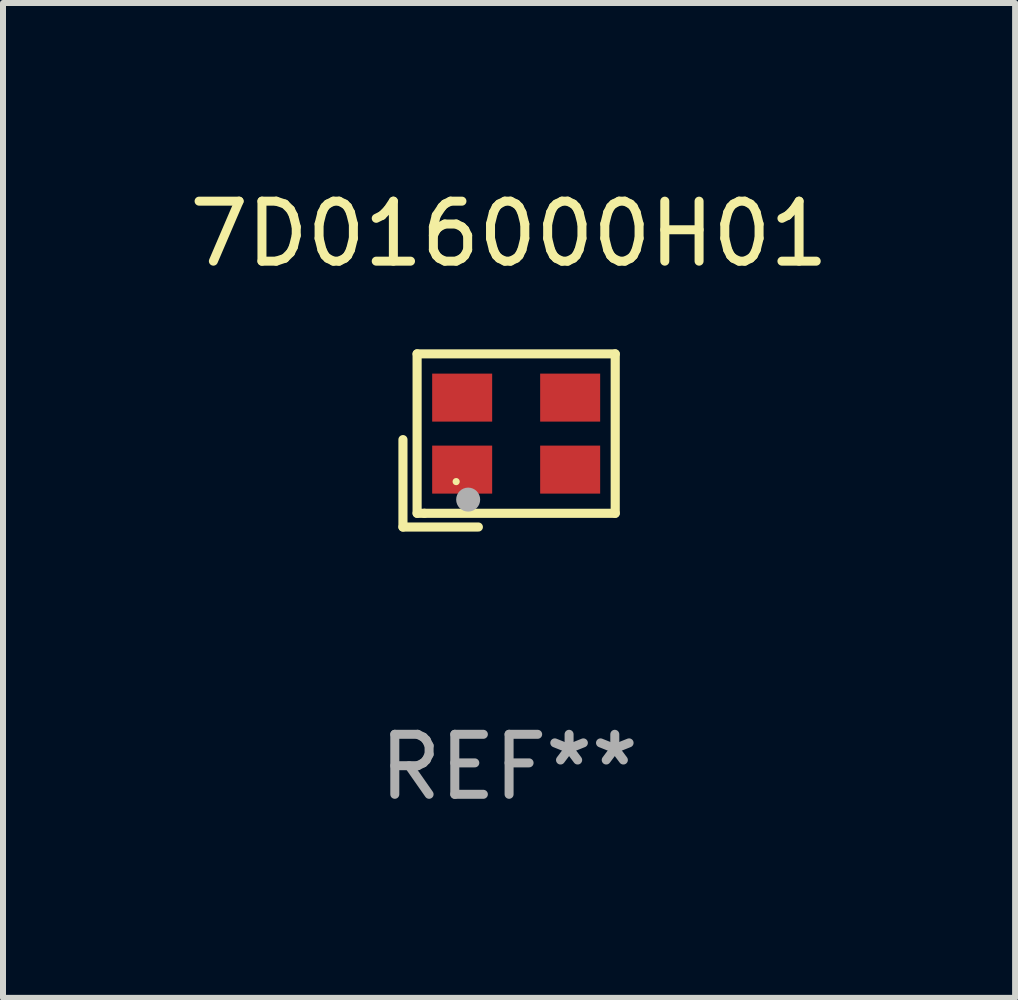
<source format=kicad_pcb>
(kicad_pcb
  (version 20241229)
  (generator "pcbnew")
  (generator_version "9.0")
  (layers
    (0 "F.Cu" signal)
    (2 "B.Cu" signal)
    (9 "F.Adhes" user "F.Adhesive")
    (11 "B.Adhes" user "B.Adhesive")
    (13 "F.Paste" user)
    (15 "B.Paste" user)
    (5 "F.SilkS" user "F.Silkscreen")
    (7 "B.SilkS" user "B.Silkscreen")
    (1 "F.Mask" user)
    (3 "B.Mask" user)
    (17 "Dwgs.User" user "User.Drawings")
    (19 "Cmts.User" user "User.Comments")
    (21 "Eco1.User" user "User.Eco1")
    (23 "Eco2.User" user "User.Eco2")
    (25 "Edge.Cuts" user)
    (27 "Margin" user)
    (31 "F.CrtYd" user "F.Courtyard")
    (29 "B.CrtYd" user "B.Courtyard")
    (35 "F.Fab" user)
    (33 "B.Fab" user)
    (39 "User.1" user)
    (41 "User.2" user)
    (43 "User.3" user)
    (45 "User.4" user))
  (footprint "7D016000H01"
    (layer "F.Cu")
    (at 5.435 4.291)
    (property "Reference" "7D016000H01" (at 0 -3.443 0) (layer "F.SilkS") (effects (font (size 1 1) (thickness 0.15))))
    (attr through_hole)
    (fp_line (start -1.769 -0.014) (end -1.769 1.443) (stroke (width 0.152) (type solid)) (layer "F.SilkS"))
    (fp_line (start -1.769 1.443) (end -0.512 1.443) (stroke (width 0.152) (type solid)) (layer "F.SilkS"))
    (fp_line (start -1.533 -1.443) (end 1.769 -1.443) (stroke (width 0.152) (type solid)) (layer "F.SilkS"))
    (fp_line (start -1.533 1.214) (end -1.533 -1.443) (stroke (width 0.152) (type solid)) (layer "F.SilkS"))
    (fp_line (start -1.411 1.214) (end -1.533 1.214) (stroke (width 0.152) (type solid)) (layer "F.SilkS"))
    (fp_line (start 1.769 -1.443) (end 1.769 1.214) (stroke (width 0.152) (type solid)) (layer "F.SilkS"))
    (fp_line (start 1.769 1.214) (end -1.411 1.214) (stroke (width 0.152) (type solid)) (layer "F.SilkS"))
    (fp_circle (center -0.882 0.686) (end -0.852 0.686) (stroke (width 0.06) (type solid)) (fill no) (layer "F.SilkS"))
    (fp_circle (center -0.682 0.986) (end -0.582 0.986) (stroke (width 0.2) (type solid)) (fill no) (layer "F.Fab"))
    (fp_text user "REF**" (at 0 5.443 0) (layer "F.Fab") (effects (font (size 1 1) (thickness 0.15))))
    (pad "1" smd rect (at -0.782 0.486 90) (size 0.8 1) (layers "F.Cu" "F.Mask" "F.Paste"))
    (pad "2" smd rect (at 1.018 0.486 90) (size 0.8 1) (layers "F.Cu" "F.Mask" "F.Paste"))
    (pad "3" smd rect (at 1.018 -0.714 90) (size 0.8 1) (layers "F.Cu" "F.Mask" "F.Paste"))
    (pad "4" smd rect (at -0.782 -0.714 90) (size 0.8 1) (layers "F.Cu" "F.Mask" "F.Paste")))
  (gr_rect
    (start -3 -3)
    (end 13.869 13.582)
    (stroke (width 0.1) (type default))
    (fill no)
    (layer "Edge.Cuts")))
</source>
